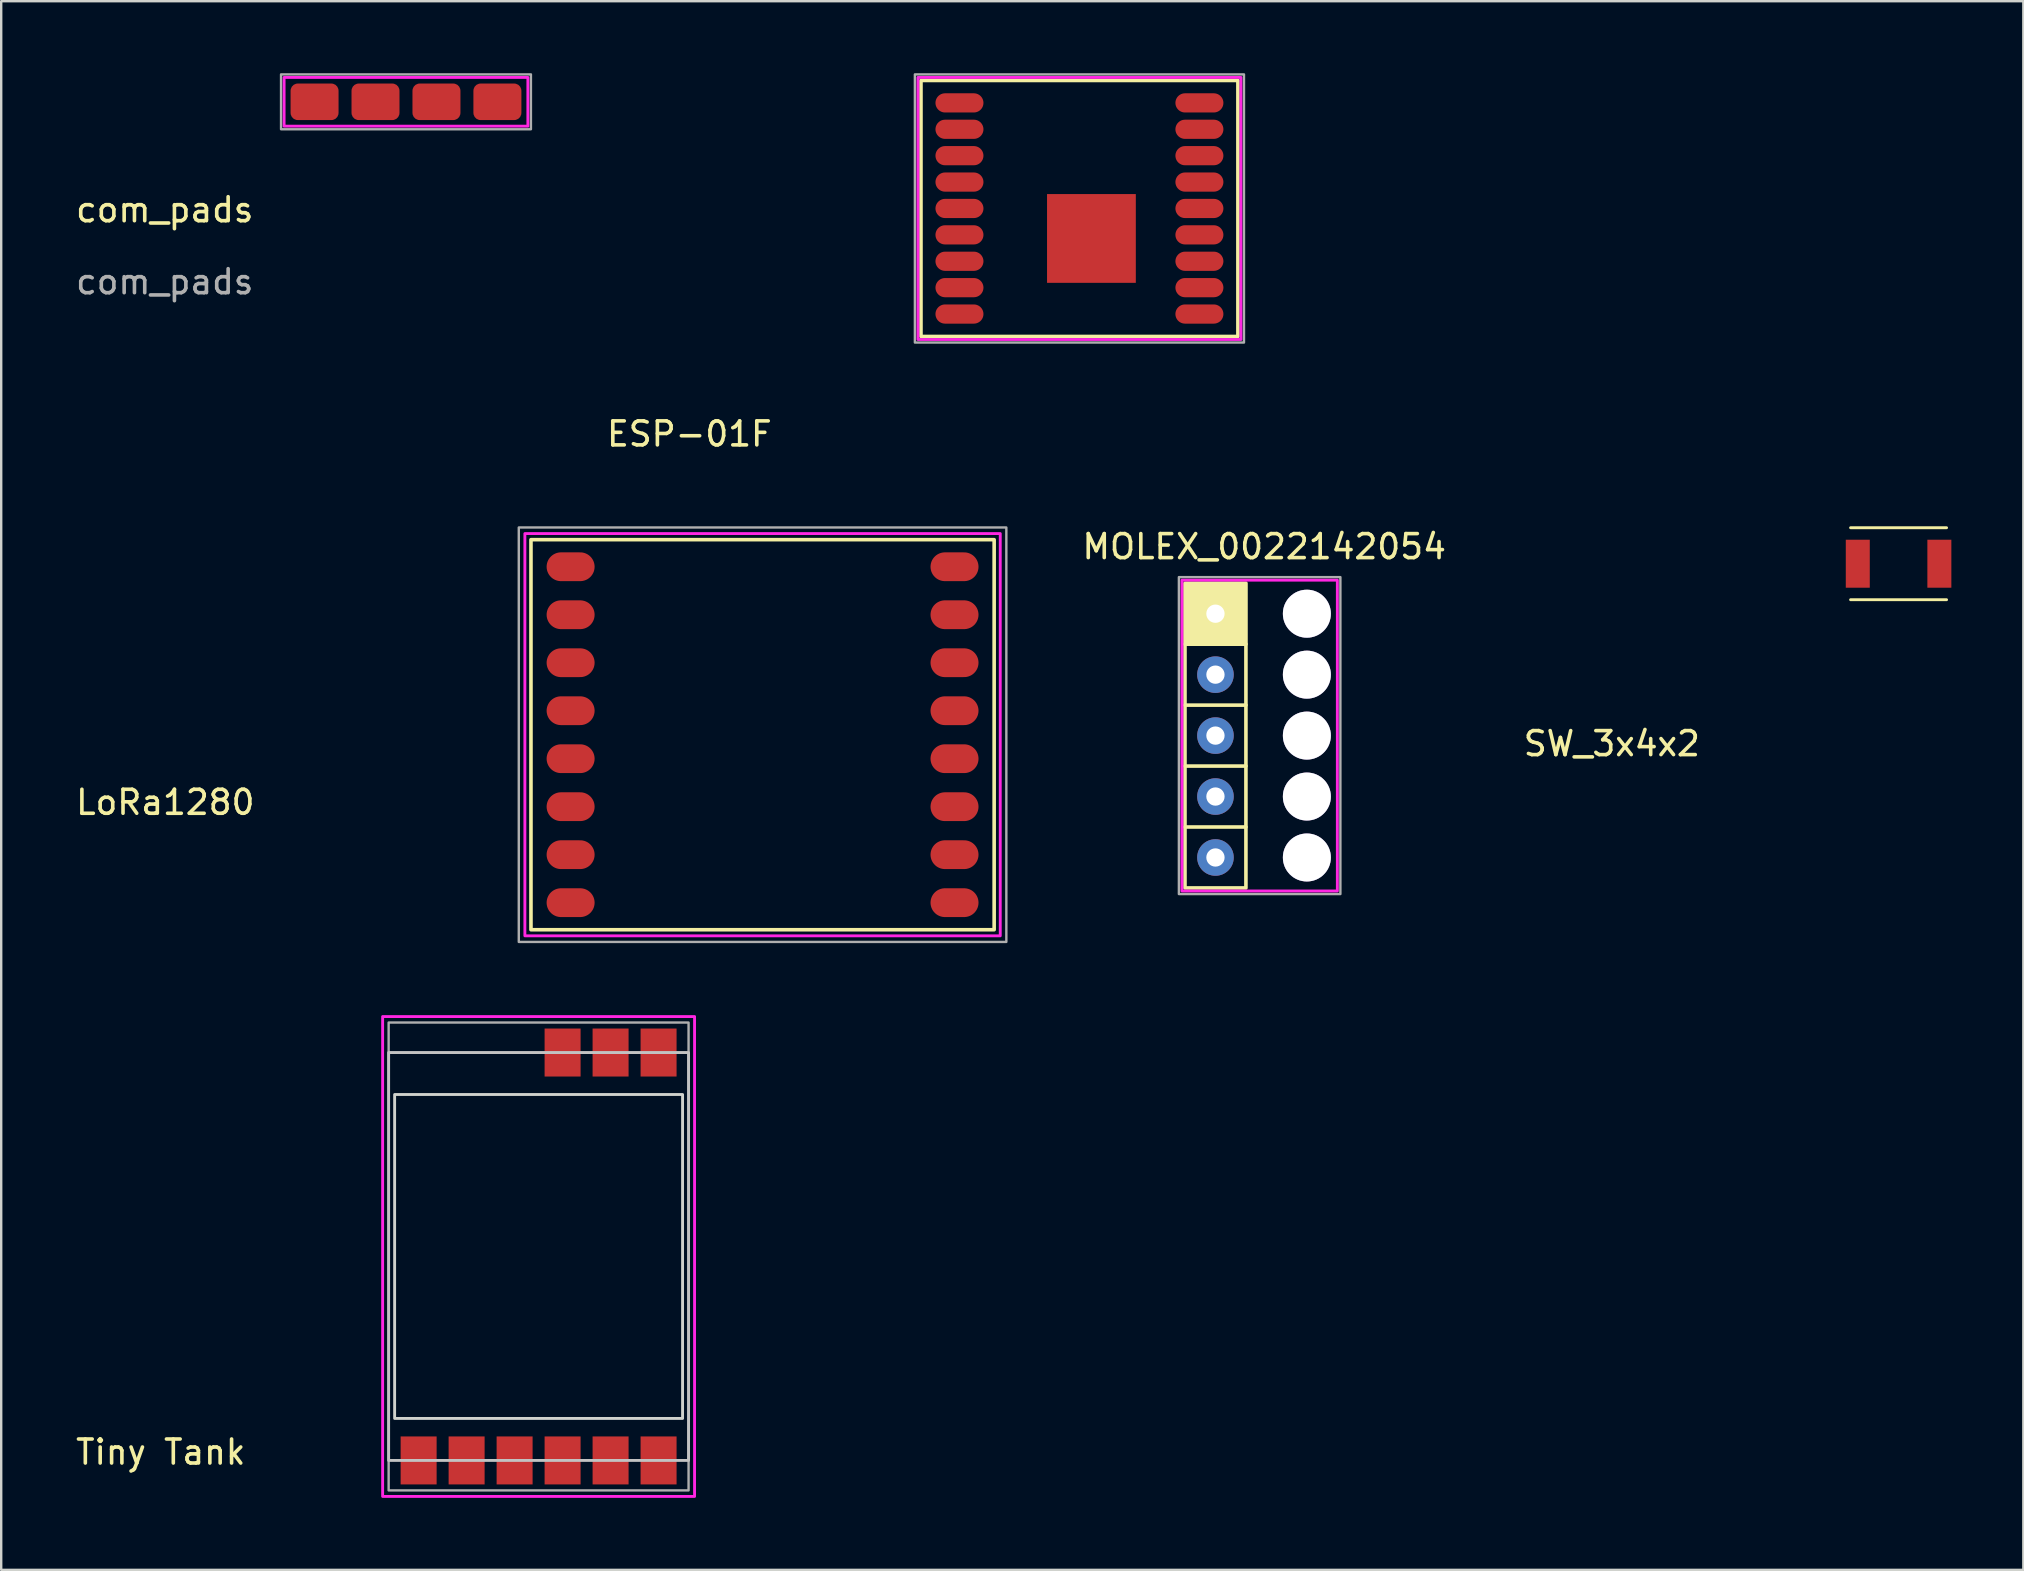
<source format=kicad_pcb>
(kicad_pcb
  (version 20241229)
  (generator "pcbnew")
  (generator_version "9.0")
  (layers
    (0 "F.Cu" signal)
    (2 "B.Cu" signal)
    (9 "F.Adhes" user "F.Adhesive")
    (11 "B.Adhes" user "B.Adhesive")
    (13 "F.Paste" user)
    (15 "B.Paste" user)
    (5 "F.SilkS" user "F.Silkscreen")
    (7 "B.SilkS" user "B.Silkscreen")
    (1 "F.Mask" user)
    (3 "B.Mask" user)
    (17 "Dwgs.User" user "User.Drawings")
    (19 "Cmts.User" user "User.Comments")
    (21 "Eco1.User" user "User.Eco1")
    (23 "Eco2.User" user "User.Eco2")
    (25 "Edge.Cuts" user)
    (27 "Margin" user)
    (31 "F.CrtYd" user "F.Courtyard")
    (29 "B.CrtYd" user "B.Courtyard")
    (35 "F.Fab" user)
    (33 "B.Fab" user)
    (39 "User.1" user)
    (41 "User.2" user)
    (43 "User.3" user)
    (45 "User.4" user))
  (footprint "com_pads"
    (layer "F.Cu")
    (at 15.14 1.193)
    (property "Reference" "com_pads" (at -11.325 4.5 0) (unlocked yes) (layer "F.SilkS") (effects (font (size 1 1) (thickness 0.15))))
    (attr through_hole)
    (fp_rect (start 3.81 -1.016) (end -6.35 1.016) (stroke (width 0.12) (type solid)) (fill no) (layer "F.CrtYd"))
    (fp_rect (start 3.937 -1.143) (end -6.477 1.143) (stroke (width 0.1) (type solid)) (fill no) (layer "F.Fab"))
    (fp_text user "${REFERENCE}" (at -11.325 7.5 0) (unlocked yes) (layer "F.Fab") (effects (font (size 1 1) (thickness 0.15))))
    (pad "1" smd roundrect (at 2.54 0) (size 2 1.524) (layers "F.Cu" "F.Mask") (roundrect_rratio 0.197))
    (pad "2" smd roundrect (at 0 0) (size 2 1.524) (layers "F.Cu" "F.Mask") (roundrect_rratio 0.197))
    (pad "3" smd roundrect (at -2.54 0) (size 2 1.524) (layers "F.Cu" "F.Mask") (roundrect_rratio 0.197))
    (pad "4" smd roundrect (at -5.08 0) (size 2 1.524) (layers "F.Cu" "F.Mask") (roundrect_rratio 0.197)))
  (footprint "SW_3x4x2"
    (layer "F.Cu")
    (at 76.076 20.444)
    (property "Reference" "SW_3x4x2" (at -11.95 7.5 0) (unlocked yes) (layer "F.SilkS") (effects (font (size 1 1) (thickness 0.15))))
    (attr through_hole)
    (fp_line (start -2 -1.5) (end 2 -1.5) (stroke (width 0.12) (type solid)) (layer "F.SilkS"))
    (fp_line (start -2 1.5) (end 2 1.5) (stroke (width 0.12) (type solid)) (layer "F.SilkS"))
    (pad "1" smd rect (at -1.7 0) (size 1 2) (layers "F.Cu" "F.Mask" "F.Paste"))
    (pad "2" smd rect (at 1.7 0) (size 1 2) (layers "F.Cu" "F.Mask" "F.Paste")))
  (footprint "ESP-01F"
    (layer "F.Cu")
    (at 41.937 5.638)
    (property "Reference" "ESP-01F" (at -16.256 9.398 0) (unlocked yes) (layer "F.SilkS") (effects (font (size 1 1) (thickness 0.15))))
    (attr through_hole)
    (fp_rect (start -6.604 -5.334) (end 6.604 5.334) (stroke (width 0.15) (type solid)) (fill no) (layer "F.SilkS"))
    (fp_rect (start -6.731 -5.461) (end 6.731 5.461) (stroke (width 0.12) (type solid)) (fill no) (layer "F.CrtYd"))
    (fp_rect (start 6.858 5.588) (end -6.858 -5.588) (stroke (width 0.1) (type solid)) (fill no) (layer "F.Fab"))
    (pad "1" smd oval (at -5 -4.4) (size 2 0.8) (layers "F.Cu" "F.Mask" "F.Paste"))
    (pad "2" smd oval (at -5 -3.3) (size 2 0.8) (layers "F.Cu" "F.Mask" "F.Paste"))
    (pad "3" smd oval (at -5 -2.2) (size 2 0.8) (layers "F.Cu" "F.Mask" "F.Paste"))
    (pad "4" smd oval (at -5 -1.1) (size 2 0.8) (layers "F.Cu" "F.Mask" "F.Paste"))
    (pad "5" smd oval (at -5 0) (size 2 0.8) (layers "F.Cu" "F.Mask" "F.Paste"))
    (pad "6" smd oval (at -5 1.1) (size 2 0.8) (layers "F.Cu" "F.Mask" "F.Paste"))
    (pad "7" smd oval (at -5 2.2) (size 2 0.8) (layers "F.Cu" "F.Mask" "F.Paste"))
    (pad "8" smd oval (at -5 3.3) (size 2 0.8) (layers "F.Cu" "F.Mask" "F.Paste"))
    (pad "9" smd oval (at -5 4.4) (size 2 0.8) (layers "F.Cu" "F.Mask" "F.Paste"))
    (pad "10" smd oval (at 5 4.4) (size 2 0.8) (layers "F.Cu" "F.Mask" "F.Paste"))
    (pad "11" smd oval (at 5 3.3) (size 2 0.8) (layers "F.Cu" "F.Mask" "F.Paste"))
    (pad "12" smd oval (at 5 2.2) (size 2 0.8) (layers "F.Cu" "F.Mask" "F.Paste"))
    (pad "13" smd oval (at 5 1.1) (size 2 0.8) (layers "F.Cu" "F.Mask" "F.Paste"))
    (pad "14" smd oval (at 5 0) (size 2 0.8) (layers "F.Cu" "F.Mask" "F.Paste"))
    (pad "15" smd oval (at 5 -1.1) (size 2 0.8) (layers "F.Cu" "F.Mask" "F.Paste"))
    (pad "16" smd oval (at 5 -2.2) (size 2 0.8) (layers "F.Cu" "F.Mask" "F.Paste"))
    (pad "17" smd oval (at 5 -3.3) (size 2 0.8) (layers "F.Cu" "F.Mask" "F.Paste"))
    (pad "18" smd oval (at 5 -4.4) (size 2 0.8) (layers "F.Cu" "F.Mask" "F.Paste"))
    (pad "19" smd rect (at 0.5 1.25) (size 3.7 3.7) (layers "F.Cu" "F.Mask" "F.Paste")))
  (footprint "LoRa1280"
    (layer "F.Cu")
    (at 28.731 27.57)
    (property "Reference" "LoRa1280" (at -24.892 2.818 0) (unlocked yes) (layer "F.SilkS") (effects (font (size 1 1) (thickness 0.15))))
    (attr through_hole)
    (fp_rect (start 9.652 8.128) (end -9.652 -8.128) (stroke (width 0.15) (type solid)) (fill no) (layer "F.SilkS"))
    (fp_rect (start -9.906 -8.382) (end 9.906 8.382) (stroke (width 0.12) (type solid)) (fill no) (layer "F.CrtYd"))
    (fp_rect (start -10.16 -8.636) (end 10.16 8.636) (stroke (width 0.1) (type solid)) (fill no) (layer "F.Fab"))
    (pad "1" smd oval (at -8 -7) (size 2 1.2) (layers "F.Cu" "F.Mask" "F.Paste"))
    (pad "2" smd oval (at -8 -5) (size 2 1.2) (layers "F.Cu" "F.Mask" "F.Paste"))
    (pad "3" smd oval (at -8 -3) (size 2 1.2) (layers "F.Cu" "F.Mask" "F.Paste"))
    (pad "4" smd oval (at -8 -1) (size 2 1.2) (layers "F.Cu" "F.Mask" "F.Paste"))
    (pad "5" smd oval (at -8 1) (size 2 1.2) (layers "F.Cu" "F.Mask" "F.Paste"))
    (pad "6" smd oval (at -8 3) (size 2 1.2) (layers "F.Cu" "F.Mask" "F.Paste"))
    (pad "7" smd oval (at -8 5) (size 2 1.2) (layers "F.Cu" "F.Mask" "F.Paste"))
    (pad "8" smd oval (at -8 7) (size 2 1.2) (layers "F.Cu" "F.Mask" "F.Paste"))
    (pad "9" smd oval (at 8 7) (size 2 1.2) (layers "F.Cu" "F.Mask" "F.Paste"))
    (pad "10" smd oval (at 8 5) (size 2 1.2) (layers "F.Cu" "F.Mask" "F.Paste"))
    (pad "11" smd oval (at 8 3) (size 2 1.2) (layers "F.Cu" "F.Mask" "F.Paste"))
    (pad "12" smd oval (at 8 1) (size 2 1.2) (layers "F.Cu" "F.Mask" "F.Paste"))
    (pad "13" smd oval (at 8 -1) (size 2 1.2) (layers "F.Cu" "F.Mask" "F.Paste"))
    (pad "14" smd oval (at 8 -3) (size 2 1.2) (layers "F.Cu" "F.Mask" "F.Paste"))
    (pad "15" smd oval (at 8 -5) (size 2 1.2) (layers "F.Cu" "F.Mask" "F.Paste"))
    (pad "16" smd oval (at 8 -7) (size 2 1.2) (layers "F.Cu" "F.Mask" "F.Paste")))
  (footprint "Tiny Tank"
    (layer "F.Cu")
    (at 19.397 49.316)
    (property "Reference" "Tiny Tank" (at -15.748 8.152 0) (unlocked yes) (layer "F.SilkS") (effects (font (size 1 1) (thickness 0.15))))
    (attr through_hole)
    (fp_rect (start -6.25 -8.5) (end 6.25 8.5) (stroke (width 0.12) (type solid)) (fill no) (layer "Dwgs.User"))
    (fp_rect (start -6 -6.75) (end 6 6.75) (stroke (width 0.12) (type solid)) (fill no) (layer "Edge.Cuts"))
    (fp_rect (start -6.5 -10) (end 6.5 10) (stroke (width 0.12) (type solid)) (fill no) (layer "F.CrtYd"))
    (fp_rect (start -6.25 -9.75) (end 6.25 9.75) (stroke (width 0.1) (type solid)) (fill no) (layer "F.Fab"))
    (pad "1" smd rect (at 5 -8.5) (size 1.5 2) (layers "F.Cu" "F.Mask" "F.Paste"))
    (pad "2" smd rect (at 3 -8.5) (size 1.5 2) (layers "F.Cu" "F.Mask" "F.Paste"))
    (pad "3" smd rect (at 1 -8.5) (size 1.5 2) (layers "F.Cu" "F.Mask" "F.Paste"))
    (pad "4" smd rect (at 5 8.5) (size 1.5 2) (layers "F.Cu" "F.Mask" "F.Paste"))
    (pad "5" smd rect (at 1 8.5) (size 1.5 2) (layers "F.Cu" "F.Mask" "F.Paste"))
    (pad "5" smd rect (at 3 8.5) (size 1.5 2) (layers "F.Cu" "F.Mask" "F.Paste"))
    (pad "6" smd rect (at -1 8.5) (size 1.5 2) (layers "F.Cu" "F.Mask" "F.Paste"))
    (pad "7" smd rect (at -5 8.5) (size 1.5 2) (layers "F.Cu" "F.Mask" "F.Paste"))
    (pad "7" smd rect (at -3 8.5) (size 1.5 2) (layers "F.Cu" "F.Mask" "F.Paste")))
  (footprint "MOLEX_0022142054"
    (layer "F.Cu")
    (at 51.416 32.687)
    (property "Reference" "MOLEX_0022142054" (at -1.778 -12.954 0) (unlocked yes) (layer "F.SilkS") (effects (font (size 1 1) (thickness 0.15))))
    (attr through_hole)
    (fp_line (start -2.54 -8.89) (end -5.08 -8.89) (stroke (width 0.15) (type solid)) (layer "F.SilkS"))
    (fp_line (start -2.54 -6.35) (end -5.08 -6.35) (stroke (width 0.15) (type solid)) (layer "F.SilkS"))
    (fp_line (start -2.54 -3.81) (end -5.08 -3.81) (stroke (width 0.15) (type solid)) (layer "F.SilkS"))
    (fp_line (start -2.54 -1.27) (end -5.08 -1.27) (stroke (width 0.15) (type solid)) (layer "F.SilkS"))
    (fp_rect (start -5.08 -11.43) (end -2.54 1.27) (stroke (width 0.15) (type solid)) (fill no) (layer "F.SilkS"))
    (fp_poly (pts (xy -2.54 -8.89) (xy -5.08 -8.89) (xy -5.08 -11.43) (xy -2.54 -11.43)) (stroke (width 0.1) (type solid)) (fill yes) (layer "F.SilkS"))
    (fp_rect (start -5.207 -11.557) (end 1.27 1.397) (stroke (width 0.12) (type solid)) (fill no) (layer "F.CrtYd"))
    (fp_rect (start -5.334 -11.684) (end 1.397 1.524) (stroke (width 0.1) (type solid)) (fill no) (layer "F.Fab"))
    (pad "" thru_hole circle (at 0 -10.16) (size 2 2) (drill 2) (layers "*.Cu" "*.Mask"))
    (pad "" thru_hole circle (at 0 -7.62) (size 2 2) (drill 2) (layers "*.Cu" "*.Mask"))
    (pad "" thru_hole circle (at 0 -5.08) (size 2 2) (drill 2) (layers "*.Cu" "*.Mask"))
    (pad "" thru_hole circle (at 0 -2.54) (size 2 2) (drill 2) (layers "*.Cu" "*.Mask"))
    (pad "" thru_hole circle (at 0 0) (size 2 2) (drill 2) (layers "*.Cu" "*.Mask"))
    (pad "1" thru_hole circle (at -3.81 -10.16) (size 1.524 1.524) (drill 0.762) (layers "*.Cu" "*.Mask"))
    (pad "2" thru_hole circle (at -3.81 -7.62) (size 1.524 1.524) (drill 0.762) (layers "*.Cu" "*.Mask"))
    (pad "3" thru_hole circle (at -3.81 -5.08) (size 1.524 1.524) (drill 0.762) (layers "*.Cu" "*.Mask"))
    (pad "4" thru_hole circle (at -3.81 -2.54) (size 1.524 1.524) (drill 0.762) (layers "*.Cu" "*.Mask"))
    (pad "5" thru_hole circle (at -3.81 0) (size 1.524 1.524) (drill 0.762) (layers "*.Cu" "*.Mask")))
  (gr_rect
    (start -3 -3)
    (end 81.276 62.376)
    (stroke (width 0.1) (type default))
    (fill no)
    (layer "Edge.Cuts")))
</source>
